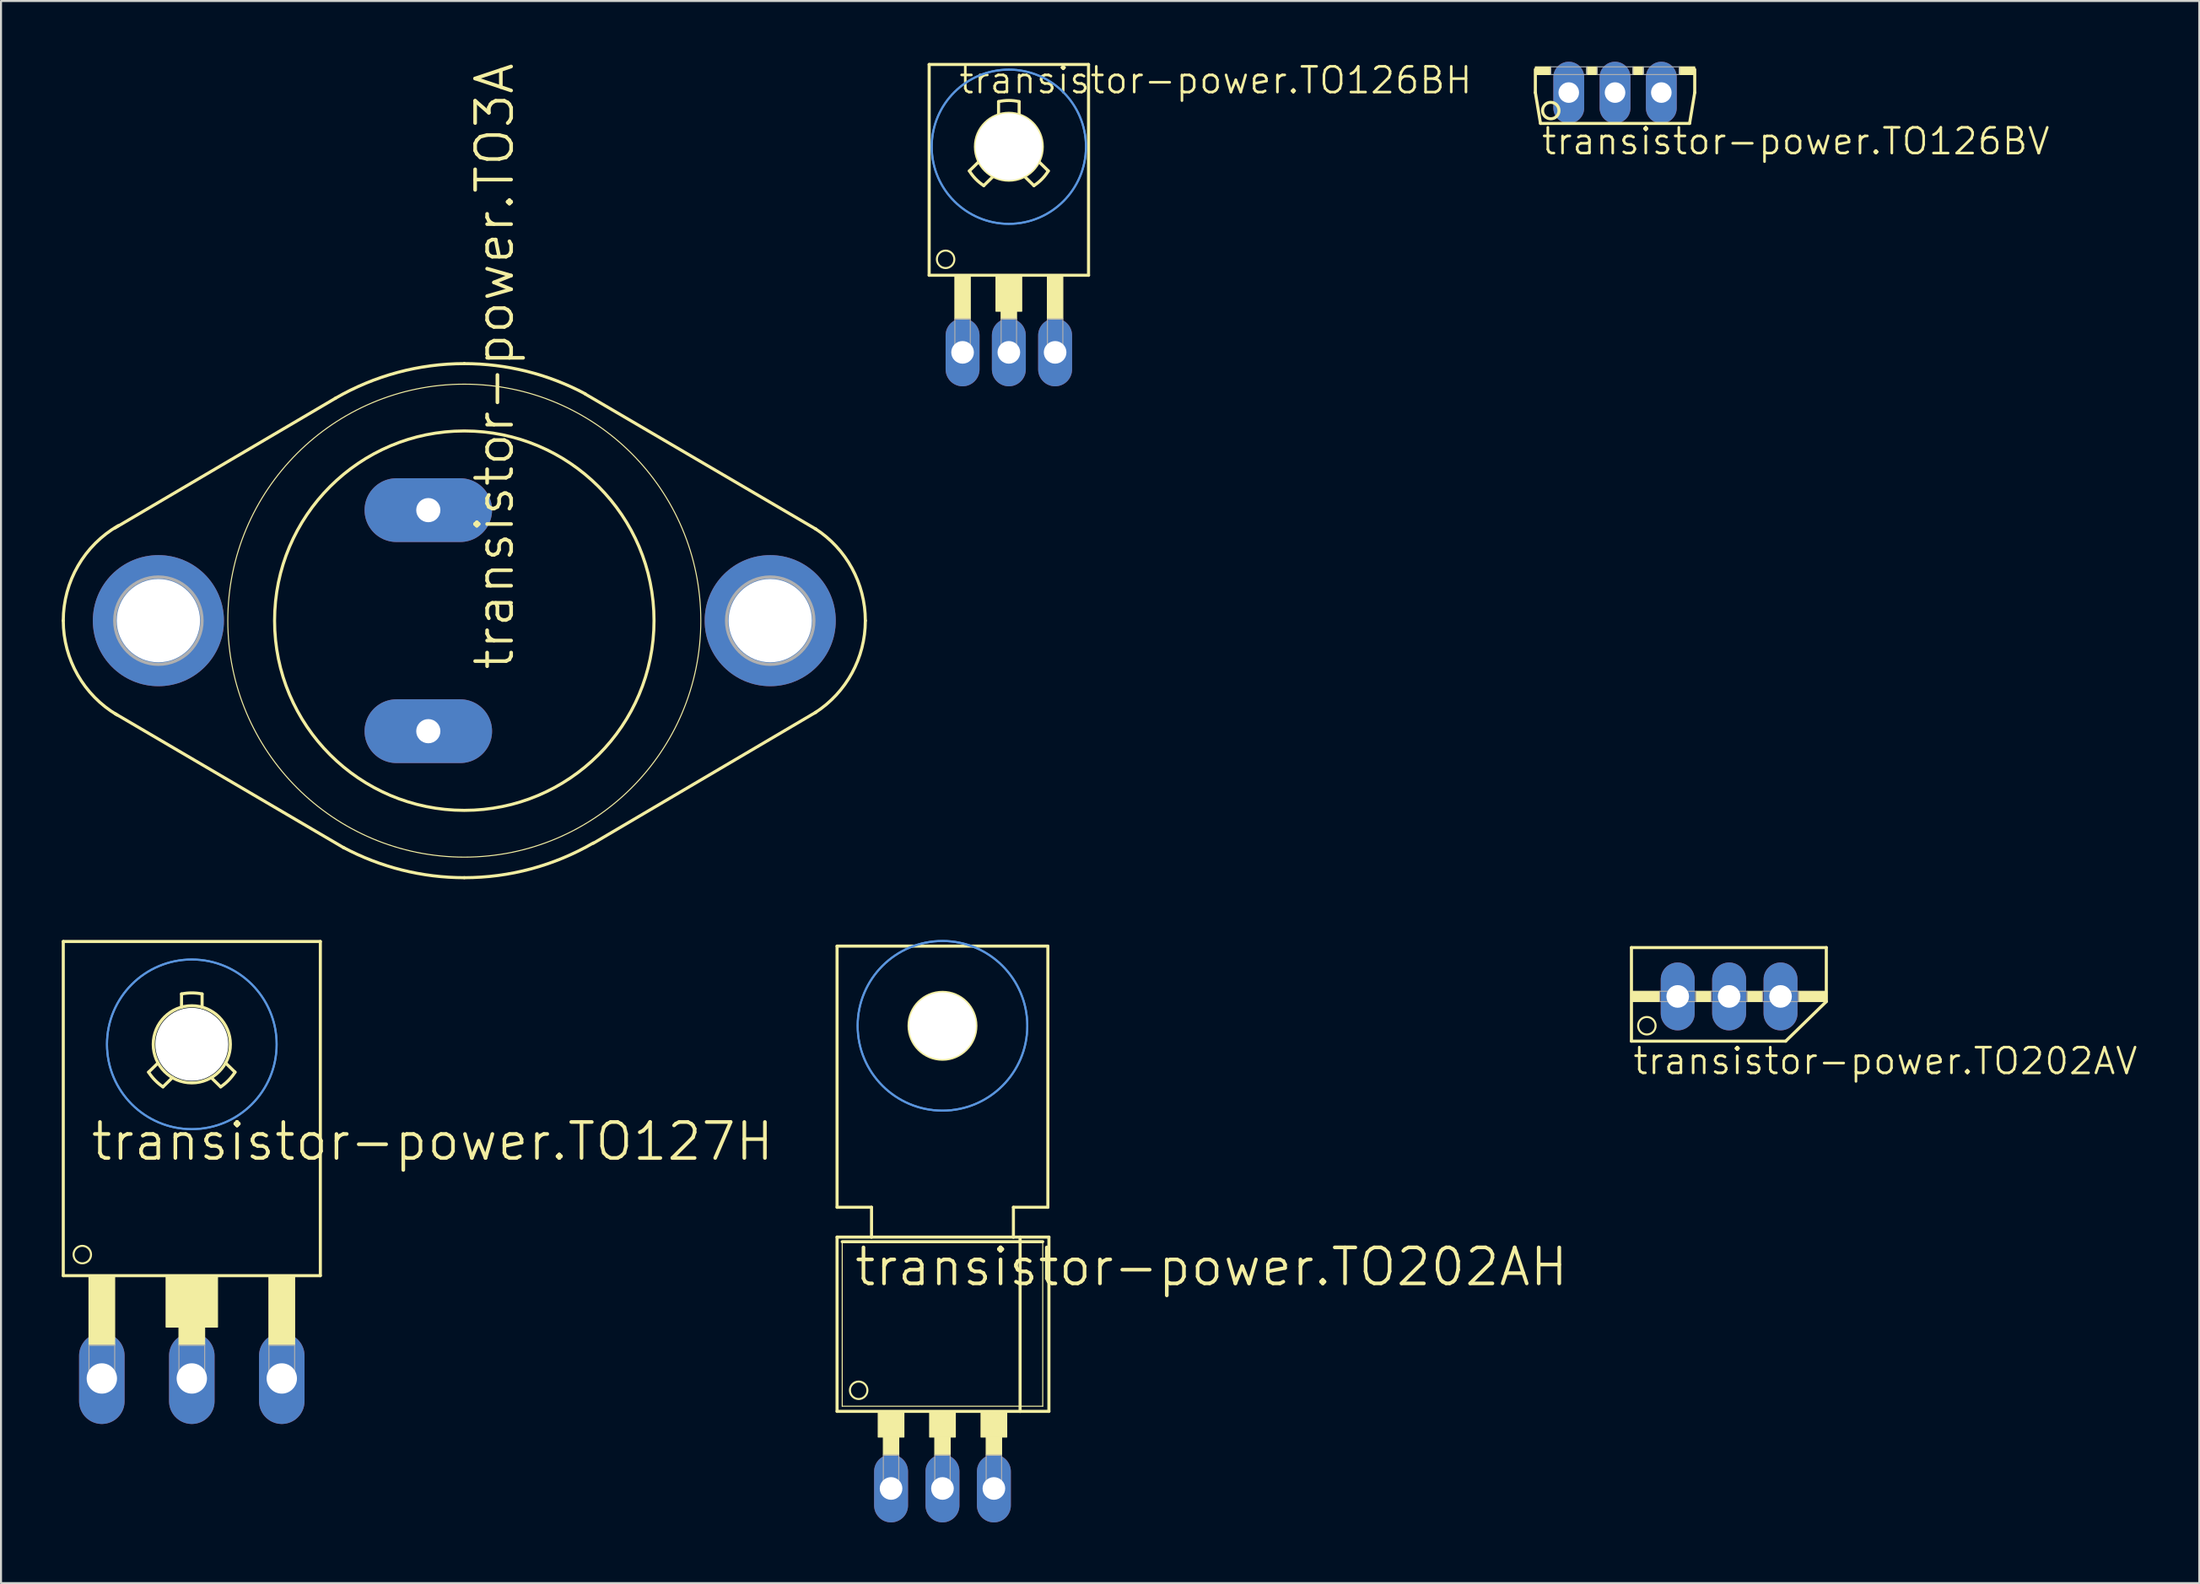
<source format=kicad_pcb>
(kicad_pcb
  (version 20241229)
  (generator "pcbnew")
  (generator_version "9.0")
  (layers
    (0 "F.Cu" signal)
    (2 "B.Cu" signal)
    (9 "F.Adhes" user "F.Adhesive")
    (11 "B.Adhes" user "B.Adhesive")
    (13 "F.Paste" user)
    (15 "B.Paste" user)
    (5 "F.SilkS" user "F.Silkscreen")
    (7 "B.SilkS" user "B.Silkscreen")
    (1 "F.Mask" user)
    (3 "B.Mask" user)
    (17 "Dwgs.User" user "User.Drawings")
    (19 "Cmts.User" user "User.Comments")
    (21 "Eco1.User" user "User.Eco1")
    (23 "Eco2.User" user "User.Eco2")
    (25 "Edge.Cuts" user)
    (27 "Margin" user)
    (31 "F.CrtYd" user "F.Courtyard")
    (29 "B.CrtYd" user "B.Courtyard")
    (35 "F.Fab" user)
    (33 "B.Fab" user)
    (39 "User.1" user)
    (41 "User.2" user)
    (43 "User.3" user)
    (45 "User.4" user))
  (footprint "transistor-power.TO126BV"
    (layer "F.Cu")
    (at 76.738 0.254)
    (property "Reference" "transistor-power.TO126BV" (at -3.708 4.42 0) (layer "F.SilkS") (effects (font (size 1.27 1.27) (thickness 0.13)) (justify left bottom)))
    (attr through_hole)
    (fp_line (start -3.937 0.127) (end -3.937 1.27) (stroke (width 0.152) (type default)) (layer "F.SilkS"))
    (fp_line (start -3.937 1.27) (end -3.683 2.794) (stroke (width 0.152) (type default)) (layer "F.SilkS"))
    (fp_line (start -3.683 2.794) (end 3.683 2.794) (stroke (width 0.152) (type default)) (layer "F.SilkS"))
    (fp_line (start 3.683 2.794) (end 3.937 1.27) (stroke (width 0.152) (type default)) (layer "F.SilkS"))
    (fp_line (start 3.937 1.27) (end 3.937 0.127) (stroke (width 0.152) (type default)) (layer "F.SilkS"))
    (fp_rect (start -3.937 0.381) (end -3.175 0) (stroke (width 0.05) (type default)) (fill yes) (layer "F.SilkS"))
    (fp_rect (start -1.397 0.381) (end -0.889 0) (stroke (width 0.05) (type default)) (fill yes) (layer "F.SilkS"))
    (fp_rect (start 0.889 0.381) (end 1.397 0) (stroke (width 0.05) (type default)) (fill yes) (layer "F.SilkS"))
    (fp_rect (start 3.175 0.381) (end 3.937 0) (stroke (width 0.05) (type default)) (fill yes) (layer "F.SilkS"))
    (fp_circle (center -3.175 2.159) (end -2.769 2.159) (stroke (width 0.152) (type default)) (fill no) (layer "F.SilkS"))
    (fp_rect (start -3.175 0.381) (end -1.397 0) (stroke (width 0.05) (type default)) (fill no) (layer "F.Fab"))
    (fp_rect (start -0.889 0.381) (end 0.889 0) (stroke (width 0.05) (type default)) (fill no) (layer "F.Fab"))
    (fp_rect (start 1.397 0.381) (end 3.175 0) (stroke (width 0.05) (type default)) (fill no) (layer "F.Fab"))
    (pad "1" thru_hole oval (at -2.286 1.27 90) (size 3.048 1.524) (drill 1.016) (layers "*.Cu" "*.Mask"))
    (pad "2" thru_hole oval (at 0 1.27 90) (size 3.048 1.524) (drill 1.016) (layers "*.Cu" "*.Mask"))
    (pad "3" thru_hole oval (at 2.286 1.27 90) (size 3.048 1.524) (drill 1.016) (layers "*.Cu" "*.Mask")))
  (footprint "transistor-power.TO202AH"
    (layer "F.Cu")
    (at 43.511 65.414)
    (property "Reference" "transistor-power.TO202AH" (at -4.445 -4.826 0) (layer "F.SilkS") (effects (font (size 1.778 1.778) (thickness 0.18)) (justify left bottom)))
    (attr through_hole)
    (fp_line (start -5.207 -21.717) (end -5.207 -8.814) (stroke (width 0.152) (type default)) (layer "F.SilkS"))
    (fp_line (start -5.207 -7.341) (end -3.505 -7.341) (stroke (width 0.152) (type default)) (layer "F.SilkS"))
    (fp_line (start -5.207 1.27) (end -5.207 -7.341) (stroke (width 0.152) (type default)) (layer "F.SilkS"))
    (fp_line (start -5.207 1.27) (end 3.835 1.27) (stroke (width 0.152) (type default)) (layer "F.SilkS"))
    (fp_line (start -4.953 1.016) (end -4.953 -7.112) (stroke (width 0.051) (type default)) (layer "F.SilkS"))
    (fp_line (start -4.953 1.016) (end 4.953 1.016) (stroke (width 0.051) (type default)) (layer "F.SilkS"))
    (fp_line (start -3.505 -8.814) (end -5.207 -8.814) (stroke (width 0.152) (type default)) (layer "F.SilkS"))
    (fp_line (start -3.505 -7.341) (end -3.505 -8.814) (stroke (width 0.152) (type default)) (layer "F.SilkS"))
    (fp_line (start -3.505 -7.341) (end 3.505 -7.341) (stroke (width 0.152) (type default)) (layer "F.SilkS"))
    (fp_line (start 3.505 -8.814) (end 3.505 -7.341) (stroke (width 0.152) (type default)) (layer "F.SilkS"))
    (fp_line (start 3.505 -7.341) (end 3.835 -7.341) (stroke (width 0.152) (type default)) (layer "F.SilkS"))
    (fp_line (start 3.835 -7.341) (end 5.258 -7.341) (stroke (width 0.152) (type default)) (layer "F.SilkS"))
    (fp_line (start 3.835 1.27) (end 3.835 -7.341) (stroke (width 0.152) (type default)) (layer "F.SilkS"))
    (fp_line (start 3.835 1.27) (end 5.258 1.27) (stroke (width 0.152) (type default)) (layer "F.SilkS"))
    (fp_line (start 4.953 -7.112) (end -4.953 -7.112) (stroke (width 0.152) (type default)) (layer "F.SilkS"))
    (fp_line (start 4.953 -7.112) (end 4.953 1.016) (stroke (width 0.051) (type default)) (layer "F.SilkS"))
    (fp_line (start 5.207 -21.717) (end -5.207 -21.717) (stroke (width 0.152) (type default)) (layer "F.SilkS"))
    (fp_line (start 5.207 -21.717) (end 5.207 -8.814) (stroke (width 0.152) (type default)) (layer "F.SilkS"))
    (fp_line (start 5.207 -8.814) (end 3.505 -8.814) (stroke (width 0.152) (type default)) (layer "F.SilkS"))
    (fp_line (start 5.258 1.27) (end 5.258 -7.341) (stroke (width 0.152) (type default)) (layer "F.SilkS"))
    (fp_rect (start -3.175 2.54) (end -1.905 1.27) (stroke (width 0.05) (type default)) (fill yes) (layer "F.SilkS"))
    (fp_rect (start -2.921 3.429) (end -2.159 2.54) (stroke (width 0.05) (type default)) (fill yes) (layer "F.SilkS"))
    (fp_rect (start -0.635 2.54) (end 0.635 1.27) (stroke (width 0.05) (type default)) (fill yes) (layer "F.SilkS"))
    (fp_rect (start -0.381 3.429) (end 0.381 2.54) (stroke (width 0.05) (type default)) (fill yes) (layer "F.SilkS"))
    (fp_rect (start 1.905 2.54) (end 3.175 1.27) (stroke (width 0.05) (type default)) (fill yes) (layer "F.SilkS"))
    (fp_rect (start 2.159 3.429) (end 2.921 2.54) (stroke (width 0.05) (type default)) (fill yes) (layer "F.SilkS"))
    (fp_circle (center -4.14 0.229) (end -3.708 0.229) (stroke (width 0.1) (type default)) (fill no) (layer "F.SilkS"))
    (fp_circle (center 0 -17.78) (end 1.651 -17.78) (stroke (width 0.152) (type default)) (fill no) (layer "F.SilkS"))
    (fp_circle (center 0 -17.78) (end 4.191 -17.78) (stroke (width 0.1) (type default)) (fill no) (layer "Cmts.User"))
    (fp_circle (center 0 -17.78) (end 4.191 -17.78) (stroke (width 0.1) (type default)) (fill no) (layer "Cmts.User"))
    (fp_rect (start -2.921 5.207) (end -2.159 3.429) (stroke (width 0.05) (type default)) (fill no) (layer "F.Fab"))
    (fp_rect (start -0.381 5.207) (end 0.381 3.429) (stroke (width 0.05) (type default)) (fill no) (layer "F.Fab"))
    (fp_rect (start 2.159 5.207) (end 2.921 3.429) (stroke (width 0.05) (type default)) (fill no) (layer "F.Fab"))
    (pad "" np_thru_hole circle (at 0 -17.78) (size 3.302 3.302) (drill 3.302) (layers "*.Cu" "*.Mask"))
    (pad "1" thru_hole oval (at -2.54 5.08 90) (size 3.353 1.676) (drill 1.118) (layers "*.Cu" "*.Mask"))
    (pad "2" thru_hole oval (at 0 5.08 90) (size 3.353 1.676) (drill 1.118) (layers "*.Cu" "*.Mask"))
    (pad "3" thru_hole oval (at 2.54 5.08 90) (size 3.353 1.676) (drill 1.118) (layers "*.Cu" "*.Mask")))
  (footprint "transistor-power.TO202AV"
    (layer "F.Cu")
    (at 82.374 43.643)
    (property "Reference" "transistor-power.TO202AV" (at -4.826 6.477 0) (layer "F.SilkS") (effects (font (size 1.27 1.27) (thickness 0.13)) (justify left bottom)))
    (attr through_hole)
    (fp_line (start -4.826 0.127) (end 4.801 0.127) (stroke (width 0.152) (type default)) (layer "F.SilkS"))
    (fp_line (start -4.826 4.75) (end -4.826 0.127) (stroke (width 0.152) (type default)) (layer "F.SilkS"))
    (fp_line (start -4.826 4.75) (end 2.794 4.75) (stroke (width 0.152) (type default)) (layer "F.SilkS"))
    (fp_line (start 2.794 4.75) (end 4.801 2.794) (stroke (width 0.152) (type default)) (layer "F.SilkS"))
    (fp_line (start 4.801 0.127) (end 4.801 2.794) (stroke (width 0.152) (type default)) (layer "F.SilkS"))
    (fp_rect (start -4.826 2.794) (end -3.429 2.286) (stroke (width 0.05) (type default)) (fill yes) (layer "F.SilkS"))
    (fp_rect (start -1.651 2.794) (end -0.889 2.286) (stroke (width 0.05) (type default)) (fill yes) (layer "F.SilkS"))
    (fp_rect (start 0.889 2.794) (end 1.651 2.286) (stroke (width 0.05) (type default)) (fill yes) (layer "F.SilkS"))
    (fp_rect (start 3.429 2.794) (end 4.826 2.286) (stroke (width 0.05) (type default)) (fill yes) (layer "F.SilkS"))
    (fp_circle (center -4.064 3.988) (end -3.632 3.988) (stroke (width 0.1) (type default)) (fill no) (layer "F.SilkS"))
    (fp_rect (start -3.429 2.794) (end -1.651 2.286) (stroke (width 0.05) (type default)) (fill no) (layer "F.Fab"))
    (fp_rect (start -0.889 2.794) (end 0.889 2.286) (stroke (width 0.05) (type default)) (fill no) (layer "F.Fab"))
    (fp_rect (start 1.651 2.794) (end 3.429 2.286) (stroke (width 0.05) (type default)) (fill no) (layer "F.Fab"))
    (pad "1" thru_hole oval (at -2.54 2.54 90) (size 3.353 1.676) (drill 1.118) (layers "*.Cu" "*.Mask"))
    (pad "2" thru_hole oval (at 0 2.54 90) (size 3.353 1.676) (drill 1.118) (layers "*.Cu" "*.Mask"))
    (pad "3" thru_hole oval (at 2.54 2.54 90) (size 3.353 1.676) (drill 1.118) (layers "*.Cu" "*.Mask")))
  (footprint "transistor-power.TO126BH"
    (layer "F.Cu")
    (at 46.79 9.28)
    (property "Reference" "transistor-power.TO126BH" (at -2.54 -7.62 0) (layer "F.SilkS") (effects (font (size 1.27 1.27) (thickness 0.13)) (justify left bottom)))
    (attr through_hole)
    (fp_line (start -3.937 -9.144) (end 3.937 -9.144) (stroke (width 0.152) (type default)) (layer "F.SilkS"))
    (fp_line (start -3.937 1.27) (end -3.937 -9.144) (stroke (width 0.152) (type default)) (layer "F.SilkS"))
    (fp_line (start -3.937 1.27) (end 3.937 1.27) (stroke (width 0.152) (type default)) (layer "F.SilkS"))
    (fp_line (start -1.479 -4.346) (end -1.949 -3.886) (stroke (width 0.152) (type default)) (layer "F.SilkS"))
    (fp_line (start -0.769 -3.619) (end -1.239 -3.159) (stroke (width 0.152) (type default)) (layer "F.SilkS"))
    (fp_line (start -0.508 -6.651) (end -0.508 -7.309) (stroke (width 0.152) (type default)) (layer "F.SilkS"))
    (fp_line (start 0.508 -6.651) (end 0.508 -7.309) (stroke (width 0.152) (type default)) (layer "F.SilkS"))
    (fp_line (start 0.769 -3.619) (end 1.239 -3.159) (stroke (width 0.152) (type default)) (layer "F.SilkS"))
    (fp_line (start 1.479 -4.346) (end 1.949 -3.886) (stroke (width 0.152) (type default)) (layer "F.SilkS"))
    (fp_line (start 3.937 -9.144) (end 3.937 1.27) (stroke (width 0.152) (type default)) (layer "F.SilkS"))
    (fp_rect (start -2.667 3.429) (end -1.905 1.27) (stroke (width 0.05) (type default)) (fill yes) (layer "F.SilkS"))
    (fp_rect (start -0.635 3.048) (end 0.635 1.27) (stroke (width 0.05) (type default)) (fill yes) (layer "F.SilkS"))
    (fp_rect (start -0.381 3.429) (end 0.381 1.27) (stroke (width 0.05) (type default)) (fill yes) (layer "F.SilkS"))
    (fp_rect (start 1.905 3.429) (end 2.667 1.27) (stroke (width 0.05) (type default)) (fill yes) (layer "F.SilkS"))
    (fp_arc (start -1.2393 -3.1591) (mid -1.635181 -3.482509) (end -1.9493 -3.8858) (stroke (width 0.1524) (type default)) (layer "F.SilkS"))
    (fp_arc (start -0.508 -7.3088) (mid 0 -7.36596) (end 0.508 -7.3088) (stroke (width 0.1524) (type default)) (layer "F.SilkS"))
    (fp_arc (start 1.9493 -3.8858) (mid 1.635181 -3.482509) (end 1.2393 -3.1591) (stroke (width 0.1524) (type default)) (layer "F.SilkS"))
    (fp_circle (center -3.124 0.483) (end -2.692 0.483) (stroke (width 0.1) (type default)) (fill no) (layer "F.SilkS"))
    (fp_circle (center 0 -5.08) (end 1.651 -5.08) (stroke (width 0.152) (type default)) (fill no) (layer "F.SilkS"))
    (fp_circle (center 0 -5.08) (end 3.81 -5.08) (stroke (width 0.1) (type default)) (fill no) (layer "Cmts.User"))
    (fp_circle (center 0 -5.08) (end 3.81 -5.08) (stroke (width 0.1) (type default)) (fill no) (layer "Cmts.User"))
    (fp_rect (start -2.667 5.207) (end -1.905 3.429) (stroke (width 0.05) (type default)) (fill no) (layer "F.Fab"))
    (fp_rect (start -0.381 5.207) (end 0.381 3.429) (stroke (width 0.05) (type default)) (fill no) (layer "F.Fab"))
    (fp_rect (start 1.905 5.207) (end 2.667 3.429) (stroke (width 0.05) (type default)) (fill no) (layer "F.Fab"))
    (pad "" np_thru_hole circle (at 0 -5.08) (size 3.302 3.302) (drill 3.302) (layers "*.Cu" "*.Mask"))
    (pad "B" thru_hole oval (at -2.286 5.08 90) (size 3.353 1.676) (drill 1.118) (layers "*.Cu" "*.Mask"))
    (pad "C" thru_hole oval (at 0 5.08 90) (size 3.353 1.676) (drill 1.118) (layers "*.Cu" "*.Mask"))
    (pad "E" thru_hole oval (at 2.286 5.08 90) (size 3.353 1.676) (drill 1.118) (layers "*.Cu" "*.Mask")))
  (footprint "transistor-power.TO3A"
    (layer "F.Cu")
    (at 19.888 27.616)
    (property "Reference" "transistor-power.TO3A" (at 2.54 2.54 90) (layer "F.SilkS") (effects (font (size 1.778 1.778) (thickness 0.18)) (justify left bottom)))
    (attr through_hole)
    (fp_line (start -6.35 -10.998) (end -17.272 -4.572) (stroke (width 0.152) (type default)) (layer "F.SilkS"))
    (fp_line (start -5.944 11.227) (end -17.247 4.597) (stroke (width 0.152) (type default)) (layer "F.SilkS"))
    (fp_line (start 5.969 -11.201) (end 17.374 -4.521) (stroke (width 0.152) (type default)) (layer "F.SilkS"))
    (fp_line (start 6.375 10.998) (end 17.374 4.521) (stroke (width 0.152) (type default)) (layer "F.SilkS"))
    (fp_arc (start -19.812 0) (mid -19.08306 -2.712168) (end -17.0927 -4.6935) (stroke (width 0.1524) (type default)) (layer "F.SilkS"))
    (fp_arc (start -17.1555 4.657) (mid -19.101186 2.680705) (end -19.812 0) (stroke (width 0.1524) (type default)) (layer "F.SilkS"))
    (fp_arc (start -6.3718 -10.9859) (mid -3.299165 -12.263988) (end 0 -12.7) (stroke (width 0.1524) (type default)) (layer "F.SilkS"))
    (fp_arc (start 0 -12.7) (mid 3.080216 -12.320822) (end 5.9765 -11.2059) (stroke (width 0.1524) (type default)) (layer "F.SilkS"))
    (fp_arc (start 0 12.7) (mid -3.080216 12.320822) (end -5.9765 11.2059) (stroke (width 0.1524) (type default)) (layer "F.SilkS"))
    (fp_arc (start 6.3718 10.9859) (mid 3.299165 12.263988) (end 0 12.7) (stroke (width 0.1524) (type default)) (layer "F.SilkS"))
    (fp_arc (start 17.3366 -4.545) (mid 19.153011 -2.587691) (end 19.812 0) (stroke (width 0.1524) (type default)) (layer "F.SilkS"))
    (fp_arc (start 19.812 0) (mid 19.153011 2.587691) (end 17.3366 4.545) (stroke (width 0.1524) (type default)) (layer "F.SilkS"))
    (fp_circle (center 0 0) (end 9.373 0) (stroke (width 0.152) (type default)) (fill no) (layer "F.SilkS"))
    (fp_circle (center 0 0) (end 11.684 0) (stroke (width 0.051) (type default)) (fill no) (layer "F.SilkS"))
    (fp_circle (center -15.113 0) (end -12.954 0) (stroke (width 0.152) (type default)) (fill no) (layer "F.Fab"))
    (fp_circle (center 15.113 0) (end 17.272 0) (stroke (width 0.152) (type default)) (fill no) (layer "F.Fab"))
    (pad "B" thru_hole oval (at -1.778 -5.461) (size 6.299 3.15) (drill 1.194) (layers "*.Cu" "*.Mask"))
    (pad "C" thru_hole circle (at 15.113 0) (size 6.477 6.477) (drill 4.115) (layers "*.Cu" "*.Mask"))
    (pad "C1" thru_hole circle (at -15.113 0) (size 6.477 6.477) (drill 4.115) (layers "*.Cu" "*.Mask"))
    (pad "E" thru_hole oval (at -1.778 5.461) (size 6.299 3.15) (drill 1.194) (layers "*.Cu" "*.Mask")))
  (footprint "transistor-power.TO127H"
    (layer "F.Cu")
    (at 6.426 52.359)
    (property "Reference" "transistor-power.TO127H" (at -5.08 2.032 0) (layer "F.SilkS") (effects (font (size 1.778 1.778) (thickness 0.18)) (justify left bottom)))
    (attr through_hole)
    (fp_line (start -6.35 -8.89) (end 6.35 -8.89) (stroke (width 0.152) (type default)) (layer "F.SilkS"))
    (fp_line (start -6.35 7.62) (end -6.35 -8.89) (stroke (width 0.152) (type default)) (layer "F.SilkS"))
    (fp_line (start -6.35 7.62) (end 6.35 7.62) (stroke (width 0.152) (type default)) (layer "F.SilkS"))
    (fp_line (start -2.135 -2.434) (end -1.668 -2.89) (stroke (width 0.152) (type default)) (layer "F.SilkS"))
    (fp_line (start -1.425 -1.708) (end -0.958 -2.164) (stroke (width 0.152) (type default)) (layer "F.SilkS"))
    (fp_line (start -0.508 -5.646) (end -0.508 -6.299) (stroke (width 0.152) (type default)) (layer "F.SilkS"))
    (fp_line (start 0.508 -5.646) (end 0.508 -6.299) (stroke (width 0.152) (type default)) (layer "F.SilkS"))
    (fp_line (start 0.958 -2.164) (end 1.425 -1.708) (stroke (width 0.152) (type default)) (layer "F.SilkS"))
    (fp_line (start 1.668 -2.89) (end 2.135 -2.434) (stroke (width 0.152) (type default)) (layer "F.SilkS"))
    (fp_line (start 6.35 -8.89) (end 6.35 7.62) (stroke (width 0.152) (type default)) (layer "F.SilkS"))
    (fp_rect (start -5.08 11.049) (end -3.81 7.62) (stroke (width 0.05) (type default)) (fill yes) (layer "F.SilkS"))
    (fp_rect (start -1.27 10.16) (end 1.27 7.62) (stroke (width 0.05) (type default)) (fill yes) (layer "F.SilkS"))
    (fp_rect (start -0.635 11.049) (end 0.635 7.62) (stroke (width 0.05) (type default)) (fill yes) (layer "F.SilkS"))
    (fp_rect (start 3.81 11.049) (end 5.08 7.62) (stroke (width 0.05) (type default)) (fill yes) (layer "F.SilkS"))
    (fp_arc (start -1.4251 -1.7075) (mid -1.816805 -2.034989) (end -2.1351 -2.4342) (stroke (width 0.1524) (type default)) (layer "F.SilkS"))
    (fp_arc (start -0.508 -6.2987) (mid 0 -6.350018) (end 0.508 -6.2987) (stroke (width 0.1524) (type default)) (layer "F.SilkS"))
    (fp_arc (start 2.1351 -2.4342) (mid 1.816805 -2.034989) (end 1.4251 -1.7075) (stroke (width 0.1524) (type default)) (layer "F.SilkS"))
    (fp_circle (center -5.41 6.579) (end -4.978 6.579) (stroke (width 0.1) (type default)) (fill no) (layer "F.SilkS"))
    (fp_circle (center 0 -3.81) (end 1.905 -3.81) (stroke (width 0.152) (type default)) (fill no) (layer "F.SilkS"))
    (fp_circle (center 0 -3.81) (end 4.191 -3.81) (stroke (width 0.1) (type default)) (fill no) (layer "Cmts.User"))
    (fp_circle (center 0 -3.81) (end 4.191 -3.81) (stroke (width 0.1) (type default)) (fill no) (layer "Cmts.User"))
    (fp_rect (start -5.08 12.827) (end -3.81 11.049) (stroke (width 0.05) (type default)) (fill no) (layer "F.Fab"))
    (fp_rect (start -0.635 12.827) (end 0.635 11.049) (stroke (width 0.05) (type default)) (fill no) (layer "F.Fab"))
    (fp_rect (start 3.81 12.827) (end 5.08 11.049) (stroke (width 0.05) (type default)) (fill no) (layer "F.Fab"))
    (pad "" np_thru_hole circle (at 0 -3.81) (size 3.607 3.607) (drill 3.607) (layers "*.Cu" "*.Mask"))
    (pad "B" thru_hole oval (at -4.445 12.7 90) (size 4.496 2.248) (drill 1.499) (layers "*.Cu" "*.Mask"))
    (pad "C" thru_hole oval (at 0 12.7 90) (size 4.496 2.248) (drill 1.499) (layers "*.Cu" "*.Mask"))
    (pad "E" thru_hole oval (at 4.445 12.7 90) (size 4.496 2.248) (drill 1.499) (layers "*.Cu" "*.Mask")))
  (gr_rect
    (start -3 -3)
    (end 105.6 75.17)
    (stroke (width 0.1) (type default))
    (fill no)
    (layer "Edge.Cuts")))
</source>
